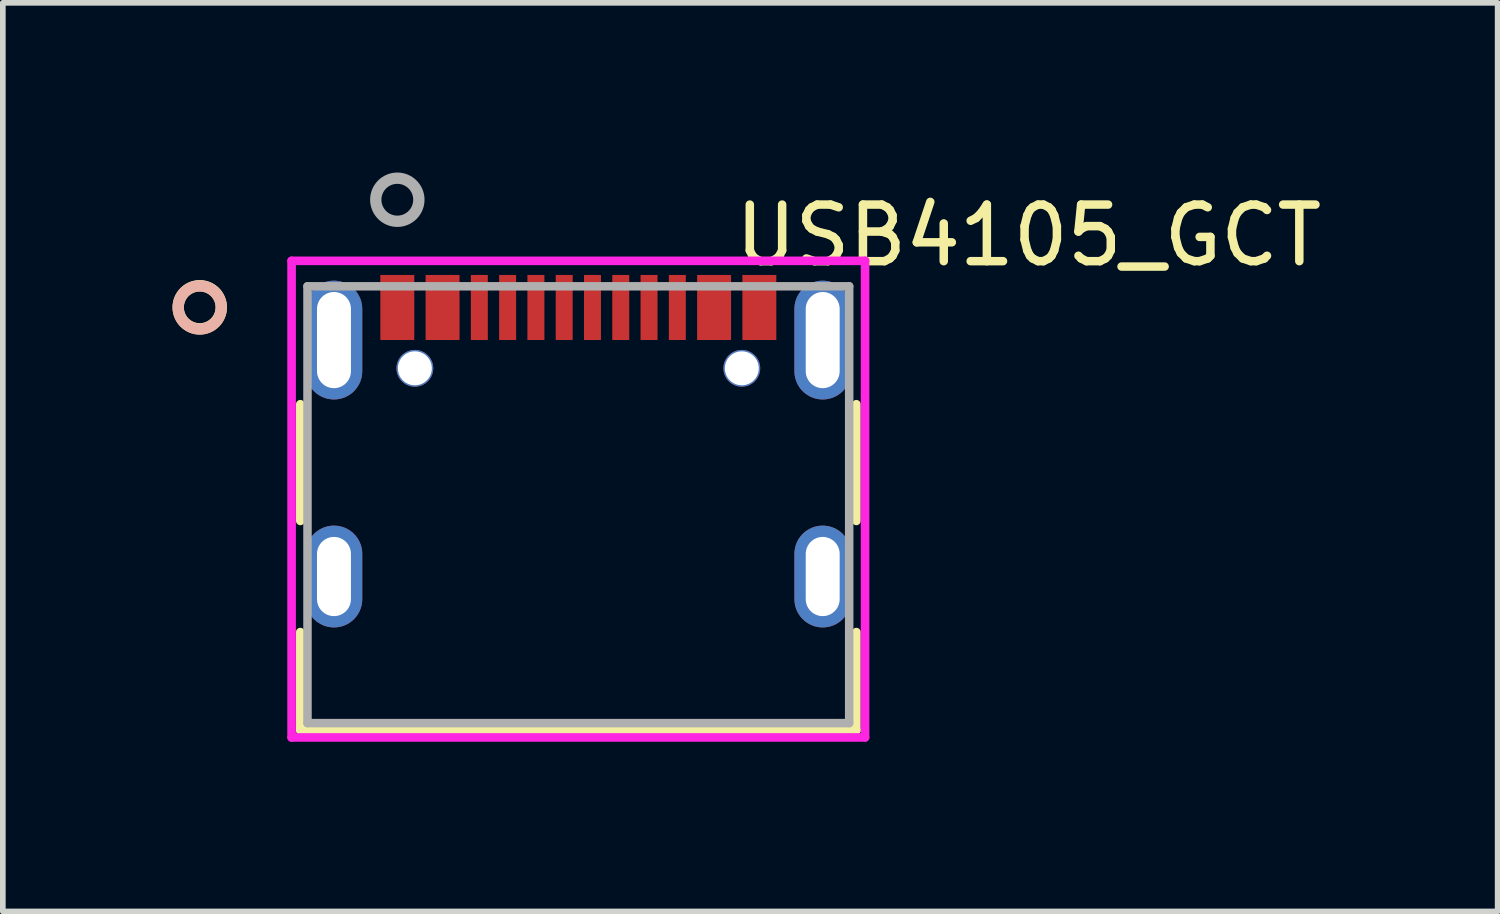
<source format=kicad_pcb>
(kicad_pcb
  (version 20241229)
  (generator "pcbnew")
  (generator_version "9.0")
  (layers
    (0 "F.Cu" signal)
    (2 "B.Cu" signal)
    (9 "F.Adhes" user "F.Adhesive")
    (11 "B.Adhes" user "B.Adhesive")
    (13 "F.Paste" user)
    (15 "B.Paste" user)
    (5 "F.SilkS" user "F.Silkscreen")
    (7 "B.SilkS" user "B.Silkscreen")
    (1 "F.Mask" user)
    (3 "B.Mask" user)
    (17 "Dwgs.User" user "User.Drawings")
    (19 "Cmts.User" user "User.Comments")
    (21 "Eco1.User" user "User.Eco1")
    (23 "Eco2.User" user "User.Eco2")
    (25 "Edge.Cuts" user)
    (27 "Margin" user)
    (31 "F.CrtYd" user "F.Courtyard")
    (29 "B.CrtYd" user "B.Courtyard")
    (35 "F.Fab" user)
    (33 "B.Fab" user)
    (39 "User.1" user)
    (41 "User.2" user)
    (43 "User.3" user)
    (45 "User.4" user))
  (footprint "USB4105_GCT"
    (layer "F.Cu")
    (at 7.174 5.872)
    (property "Reference" "USB4105_GCT" (at 7.96 -4.76 0) (unlocked yes) (layer "F.SilkS") (effects (font (size 1 1) (thickness 0.15))))
    (attr smd)
    (fp_line (start -4.915 -1.776) (end -4.915 0.287) (stroke (width 0.152) (type solid)) (layer "F.SilkS"))
    (fp_line (start -4.915 2.252) (end -4.915 3.988) (stroke (width 0.152) (type solid)) (layer "F.SilkS"))
    (fp_line (start -4.915 3.988) (end 4.915 3.988) (stroke (width 0.152) (type solid)) (layer "F.SilkS"))
    (fp_line (start 4.915 0.287) (end 4.915 -1.776) (stroke (width 0.152) (type solid)) (layer "F.SilkS"))
    (fp_line (start 4.915 3.988) (end 4.915 2.252) (stroke (width 0.152) (type solid)) (layer "F.SilkS"))
    (fp_circle (center -6.693 -3.49) (end -6.312 -3.49) (stroke (width 0.2) (type solid)) (fill no) (layer "F.SilkS"))
    (fp_circle (center -6.693 -3.486) (end -6.312 -3.486) (stroke (width 0.2) (type solid)) (fill no) (layer "B.SilkS"))
    (fp_line (start -5.069 -4.311) (end -5.069 4.115) (stroke (width 0.152) (type solid)) (layer "F.CrtYd"))
    (fp_line (start -5.069 4.115) (end 5.069 4.115) (stroke (width 0.152) (type solid)) (layer "F.CrtYd"))
    (fp_line (start 5.069 -4.311) (end -5.069 -4.311) (stroke (width 0.152) (type solid)) (layer "F.CrtYd"))
    (fp_line (start 5.069 4.115) (end 5.069 -4.311) (stroke (width 0.152) (type solid)) (layer "F.CrtYd"))
    (fp_line (start -4.788 -3.861) (end -4.788 3.861) (stroke (width 0.15) (type solid)) (layer "F.Fab"))
    (fp_line (start -4.788 3.861) (end 4.788 3.861) (stroke (width 0.15) (type solid)) (layer "F.Fab"))
    (fp_line (start 4.788 -3.861) (end -4.788 -3.861) (stroke (width 0.15) (type solid)) (layer "F.Fab"))
    (fp_line (start 4.788 3.861) (end 4.788 -3.861) (stroke (width 0.15) (type solid)) (layer "F.Fab"))
    (fp_circle (center -3.2 -5.391) (end -2.819 -5.391) (stroke (width 0.2) (type solid)) (fill no) (layer "F.Fab"))
    (pad "13" thru_hole oval (at -4.32 1.27) (size 1 1.8) (drill oval 0.6 1.4) (layers "*.Cu" "*.Mask"))
    (pad "14" thru_hole oval (at 4.32 1.27) (size 1 1.8) (drill oval 0.6 1.4) (layers "*.Cu" "*.Mask"))
    (pad "15" thru_hole oval (at -4.32 -2.91) (size 1 2.1) (drill oval 0.6 1.7) (layers "*.Cu" "*.Mask"))
    (pad "16" thru_hole oval (at 4.32 -2.91) (size 1 2.1) (drill oval 0.6 1.7) (layers "*.Cu" "*.Mask"))
    (pad "17" thru_hole circle (at -2.89 -2.411) (size 0.65 0.65) (drill 0.6) (layers "*.Cu" "*.Mask"))
    (pad "18" thru_hole circle (at 2.89 -2.411) (size 0.65 0.65) (drill 0.6) (layers "*.Cu" "*.Mask"))
    (pad "A1-B12" smd rect (at -3.2 -3.486) (size 0.6 1.15) (layers "F.Cu" "F.Mask" "F.Paste"))
    (pad "A4-B9" smd rect (at -2.4 -3.486) (size 0.6 1.15) (layers "F.Cu" "F.Mask" "F.Paste"))
    (pad "A5" smd rect (at -1.25 -3.486) (size 0.3 1.15) (layers "F.Cu" "F.Mask" "F.Paste"))
    (pad "A6" smd rect (at -0.25 -3.486) (size 0.3 1.15) (layers "F.Cu" "F.Mask" "F.Paste"))
    (pad "A7" smd rect (at 0.25 -3.486) (size 0.3 1.15) (layers "F.Cu" "F.Mask" "F.Paste"))
    (pad "A8" smd rect (at 1.25 -3.486) (size 0.3 1.15) (layers "F.Cu" "F.Mask" "F.Paste"))
    (pad "B1-A12" smd rect (at 3.2 -3.486) (size 0.6 1.15) (layers "F.Cu" "F.Mask" "F.Paste"))
    (pad "B4-A9" smd rect (at 2.4 -3.486) (size 0.6 1.15) (layers "F.Cu" "F.Mask" "F.Paste"))
    (pad "B5" smd rect (at 1.75 -3.486) (size 0.3 1.15) (layers "F.Cu" "F.Mask" "F.Paste"))
    (pad "B6" smd rect (at 0.75 -3.486) (size 0.3 1.15) (layers "F.Cu" "F.Mask" "F.Paste"))
    (pad "B7" smd rect (at -0.75 -3.486) (size 0.3 1.15) (layers "F.Cu" "F.Mask" "F.Paste"))
    (pad "B8" smd rect (at -1.75 -3.486) (size 0.3 1.15) (layers "F.Cu" "F.Mask" "F.Paste")))
  (gr_rect
    (start -3 -3)
    (end 23.426 13.063)
    (stroke (width 0.1) (type default))
    (fill no)
    (layer "Edge.Cuts")))
</source>
